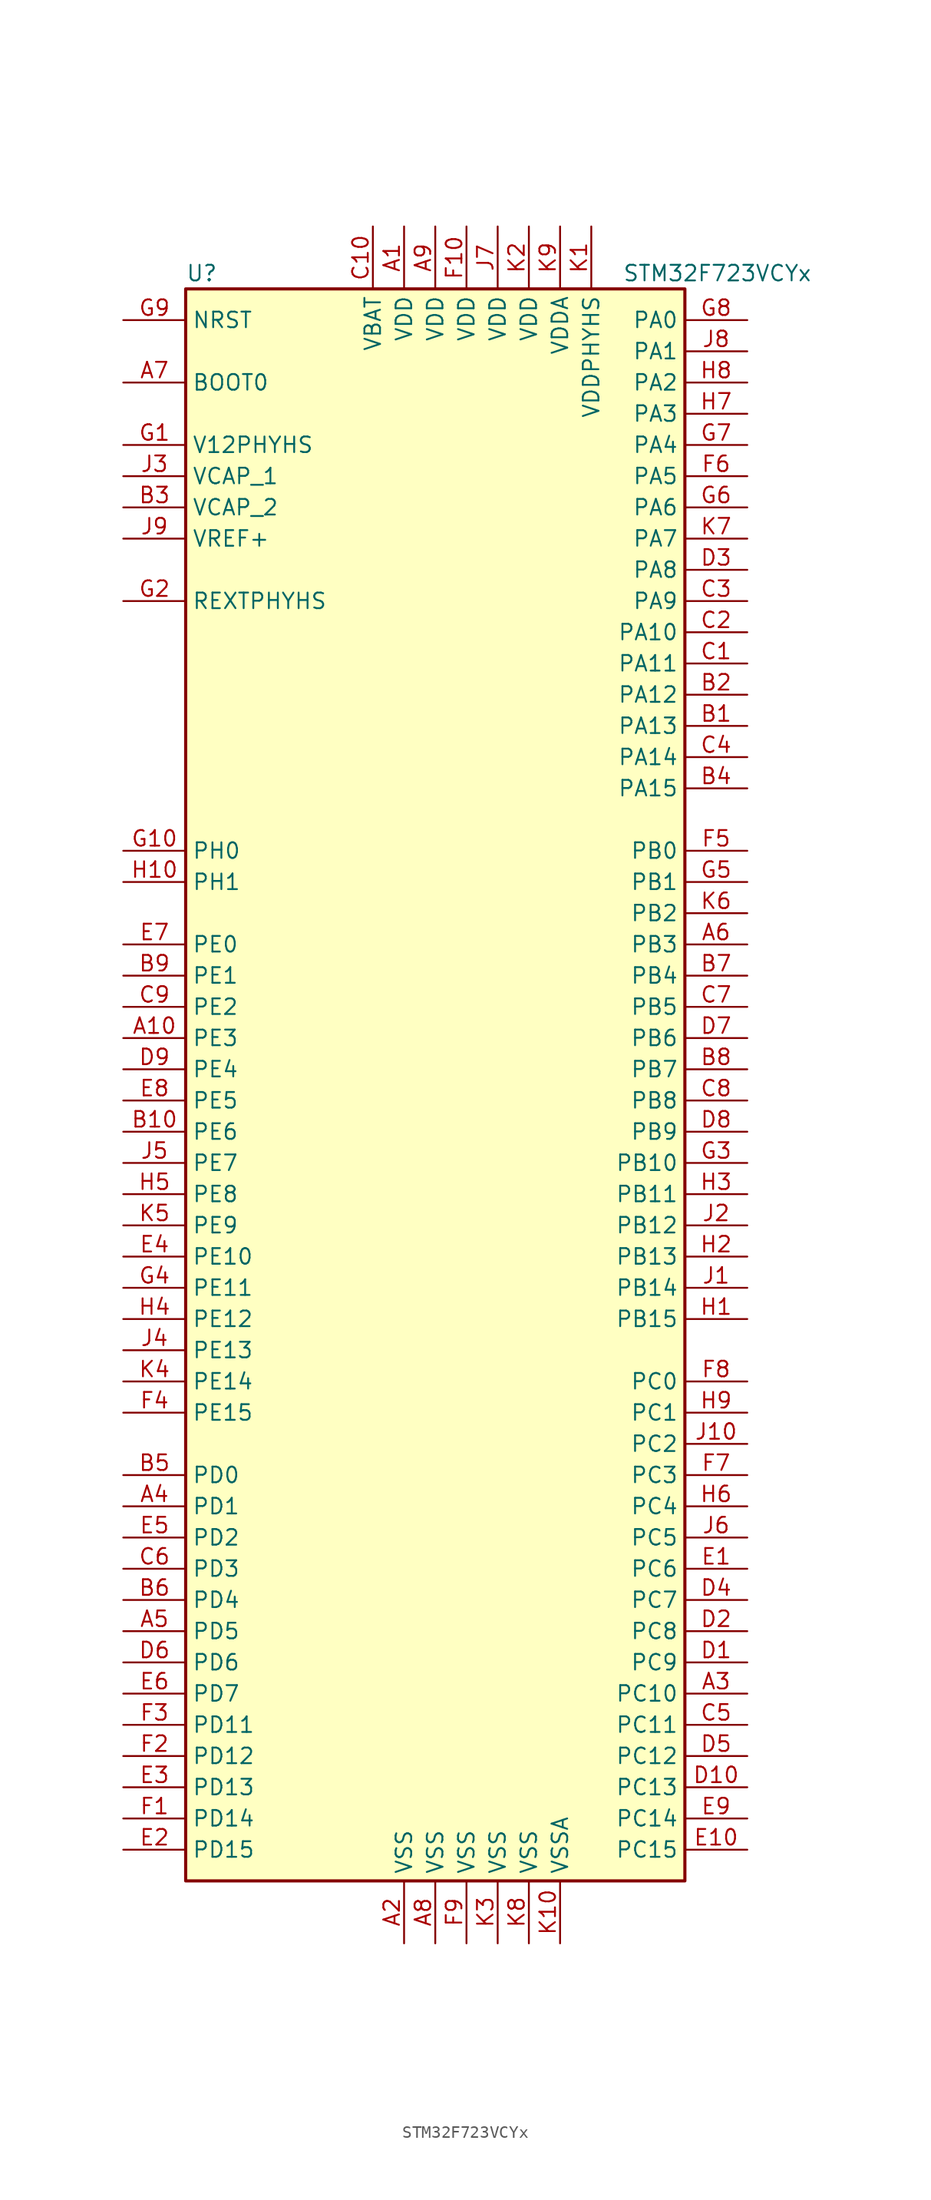
<source format=kicad_sym>
(kicad_symbol_lib
  (version 20201005)
  (generator kicad_symbol_editor)
  (symbol "MCU_ST_STM32F7:STM32F723VCYx"
    (property "Reference" "U"
      (at -20.32 64.77 0)
      (effects (font (size 1.27 1.27)) (justify left)))
    (property "Value" "STM32F723VCYx"
      (at 15.24 64.77 0)
      (effects (font (size 1.27 1.27)) (justify left)))
    (symbol "STM32F723VCYx_0_1"
      (rectangle (start -20.32 -66.04) (end 20.32 63.5) (stroke (width 0.254)) (fill (type background))))
    (symbol "STM32F723VCYx_1_1"
      (pin input line (at -25.4 55.88 0) (length 5.08) (name "BOOT0" (effects (font (size 1.27 1.27)))) (number "A7" (effects (font (size 1.27 1.27)))))
      (pin input line (at -25.4 60.96 0) (length 5.08) (name "NRST" (effects (font (size 1.27 1.27)))) (number "G9" (effects (font (size 1.27 1.27)))))
      (pin bidirectional line (at 25.4 60.96 180) (length 5.08) (name "PA0" (effects (font (size 1.27 1.27)))) (number "G8" (effects (font (size 1.27 1.27)))))
      (pin bidirectional line (at 25.4 58.42 180) (length 5.08) (name "PA1" (effects (font (size 1.27 1.27)))) (number "J8" (effects (font (size 1.27 1.27)))))
      (pin bidirectional line (at 25.4 35.56 180) (length 5.08) (name "PA10" (effects (font (size 1.27 1.27)))) (number "C2" (effects (font (size 1.27 1.27)))))
      (pin bidirectional line (at 25.4 33.02 180) (length 5.08) (name "PA11" (effects (font (size 1.27 1.27)))) (number "C1" (effects (font (size 1.27 1.27)))))
      (pin bidirectional line (at 25.4 30.48 180) (length 5.08) (name "PA12" (effects (font (size 1.27 1.27)))) (number "B2" (effects (font (size 1.27 1.27)))))
      (pin bidirectional line (at 25.4 27.94 180) (length 5.08) (name "PA13" (effects (font (size 1.27 1.27)))) (number "B1" (effects (font (size 1.27 1.27)))))
      (pin bidirectional line (at 25.4 25.4 180) (length 5.08) (name "PA14" (effects (font (size 1.27 1.27)))) (number "C4" (effects (font (size 1.27 1.27)))))
      (pin bidirectional line (at 25.4 22.86 180) (length 5.08) (name "PA15" (effects (font (size 1.27 1.27)))) (number "B4" (effects (font (size 1.27 1.27)))))
      (pin bidirectional line (at 25.4 55.88 180) (length 5.08) (name "PA2" (effects (font (size 1.27 1.27)))) (number "H8" (effects (font (size 1.27 1.27)))))
      (pin bidirectional line (at 25.4 53.34 180) (length 5.08) (name "PA3" (effects (font (size 1.27 1.27)))) (number "H7" (effects (font (size 1.27 1.27)))))
      (pin bidirectional line (at 25.4 50.8 180) (length 5.08) (name "PA4" (effects (font (size 1.27 1.27)))) (number "G7" (effects (font (size 1.27 1.27)))))
      (pin bidirectional line (at 25.4 48.26 180) (length 5.08) (name "PA5" (effects (font (size 1.27 1.27)))) (number "F6" (effects (font (size 1.27 1.27)))))
      (pin bidirectional line (at 25.4 45.72 180) (length 5.08) (name "PA6" (effects (font (size 1.27 1.27)))) (number "G6" (effects (font (size 1.27 1.27)))))
      (pin bidirectional line (at 25.4 43.18 180) (length 5.08) (name "PA7" (effects (font (size 1.27 1.27)))) (number "K7" (effects (font (size 1.27 1.27)))))
      (pin bidirectional line (at 25.4 40.64 180) (length 5.08) (name "PA8" (effects (font (size 1.27 1.27)))) (number "D3" (effects (font (size 1.27 1.27)))))
      (pin bidirectional line (at 25.4 38.1 180) (length 5.08) (name "PA9" (effects (font (size 1.27 1.27)))) (number "C3" (effects (font (size 1.27 1.27)))))
      (pin bidirectional line (at 25.4 17.78 180) (length 5.08) (name "PB0" (effects (font (size 1.27 1.27)))) (number "F5" (effects (font (size 1.27 1.27)))))
      (pin bidirectional line (at 25.4 15.24 180) (length 5.08) (name "PB1" (effects (font (size 1.27 1.27)))) (number "G5" (effects (font (size 1.27 1.27)))))
      (pin bidirectional line (at 25.4 -7.62 180) (length 5.08) (name "PB10" (effects (font (size 1.27 1.27)))) (number "G3" (effects (font (size 1.27 1.27)))))
      (pin bidirectional line (at 25.4 -10.16 180) (length 5.08) (name "PB11" (effects (font (size 1.27 1.27)))) (number "H3" (effects (font (size 1.27 1.27)))))
      (pin bidirectional line (at 25.4 -12.7 180) (length 5.08) (name "PB12" (effects (font (size 1.27 1.27)))) (number "J2" (effects (font (size 1.27 1.27)))))
      (pin bidirectional line (at 25.4 -15.24 180) (length 5.08) (name "PB13" (effects (font (size 1.27 1.27)))) (number "H2" (effects (font (size 1.27 1.27)))))
      (pin bidirectional line (at 25.4 -17.78 180) (length 5.08) (name "PB14" (effects (font (size 1.27 1.27)))) (number "J1" (effects (font (size 1.27 1.27)))))
      (pin bidirectional line (at 25.4 -20.32 180) (length 5.08) (name "PB15" (effects (font (size 1.27 1.27)))) (number "H1" (effects (font (size 1.27 1.27)))))
      (pin bidirectional line (at 25.4 12.7 180) (length 5.08) (name "PB2" (effects (font (size 1.27 1.27)))) (number "K6" (effects (font (size 1.27 1.27)))))
      (pin bidirectional line (at 25.4 10.16 180) (length 5.08) (name "PB3" (effects (font (size 1.27 1.27)))) (number "A6" (effects (font (size 1.27 1.27)))))
      (pin bidirectional line (at 25.4 7.62 180) (length 5.08) (name "PB4" (effects (font (size 1.27 1.27)))) (number "B7" (effects (font (size 1.27 1.27)))))
      (pin bidirectional line (at 25.4 5.08 180) (length 5.08) (name "PB5" (effects (font (size 1.27 1.27)))) (number "C7" (effects (font (size 1.27 1.27)))))
      (pin bidirectional line (at 25.4 2.54 180) (length 5.08) (name "PB6" (effects (font (size 1.27 1.27)))) (number "D7" (effects (font (size 1.27 1.27)))))
      (pin bidirectional line (at 25.4 0 180) (length 5.08) (name "PB7" (effects (font (size 1.27 1.27)))) (number "B8" (effects (font (size 1.27 1.27)))))
      (pin bidirectional line (at 25.4 -2.54 180) (length 5.08) (name "PB8" (effects (font (size 1.27 1.27)))) (number "C8" (effects (font (size 1.27 1.27)))))
      (pin bidirectional line (at 25.4 -5.08 180) (length 5.08) (name "PB9" (effects (font (size 1.27 1.27)))) (number "D8" (effects (font (size 1.27 1.27)))))
      (pin bidirectional line (at 25.4 -25.4 180) (length 5.08) (name "PC0" (effects (font (size 1.27 1.27)))) (number "F8" (effects (font (size 1.27 1.27)))))
      (pin bidirectional line (at 25.4 -27.94 180) (length 5.08) (name "PC1" (effects (font (size 1.27 1.27)))) (number "H9" (effects (font (size 1.27 1.27)))))
      (pin bidirectional line (at 25.4 -50.8 180) (length 5.08) (name "PC10" (effects (font (size 1.27 1.27)))) (number "A3" (effects (font (size 1.27 1.27)))))
      (pin bidirectional line (at 25.4 -53.34 180) (length 5.08) (name "PC11" (effects (font (size 1.27 1.27)))) (number "C5" (effects (font (size 1.27 1.27)))))
      (pin bidirectional line (at 25.4 -55.88 180) (length 5.08) (name "PC12" (effects (font (size 1.27 1.27)))) (number "D5" (effects (font (size 1.27 1.27)))))
      (pin bidirectional line (at 25.4 -58.42 180) (length 5.08) (name "PC13" (effects (font (size 1.27 1.27)))) (number "D10" (effects (font (size 1.27 1.27)))))
      (pin bidirectional line (at 25.4 -60.96 180) (length 5.08) (name "PC14" (effects (font (size 1.27 1.27)))) (number "E9" (effects (font (size 1.27 1.27)))))
      (pin bidirectional line (at 25.4 -63.5 180) (length 5.08) (name "PC15" (effects (font (size 1.27 1.27)))) (number "E10" (effects (font (size 1.27 1.27)))))
      (pin bidirectional line (at 25.4 -30.48 180) (length 5.08) (name "PC2" (effects (font (size 1.27 1.27)))) (number "J10" (effects (font (size 1.27 1.27)))))
      (pin bidirectional line (at 25.4 -33.02 180) (length 5.08) (name "PC3" (effects (font (size 1.27 1.27)))) (number "F7" (effects (font (size 1.27 1.27)))))
      (pin bidirectional line (at 25.4 -35.56 180) (length 5.08) (name "PC4" (effects (font (size 1.27 1.27)))) (number "H6" (effects (font (size 1.27 1.27)))))
      (pin bidirectional line (at 25.4 -38.1 180) (length 5.08) (name "PC5" (effects (font (size 1.27 1.27)))) (number "J6" (effects (font (size 1.27 1.27)))))
      (pin bidirectional line (at 25.4 -40.64 180) (length 5.08) (name "PC6" (effects (font (size 1.27 1.27)))) (number "E1" (effects (font (size 1.27 1.27)))))
      (pin bidirectional line (at 25.4 -43.18 180) (length 5.08) (name "PC7" (effects (font (size 1.27 1.27)))) (number "D4" (effects (font (size 1.27 1.27)))))
      (pin bidirectional line (at 25.4 -45.72 180) (length 5.08) (name "PC8" (effects (font (size 1.27 1.27)))) (number "D2" (effects (font (size 1.27 1.27)))))
      (pin bidirectional line (at 25.4 -48.26 180) (length 5.08) (name "PC9" (effects (font (size 1.27 1.27)))) (number "D1" (effects (font (size 1.27 1.27)))))
      (pin bidirectional line (at -25.4 -33.02 0) (length 5.08) (name "PD0" (effects (font (size 1.27 1.27)))) (number "B5" (effects (font (size 1.27 1.27)))))
      (pin bidirectional line (at -25.4 -35.56 0) (length 5.08) (name "PD1" (effects (font (size 1.27 1.27)))) (number "A4" (effects (font (size 1.27 1.27)))))
      (pin bidirectional line (at -25.4 -53.34 0) (length 5.08) (name "PD11" (effects (font (size 1.27 1.27)))) (number "F3" (effects (font (size 1.27 1.27)))))
      (pin bidirectional line (at -25.4 -55.88 0) (length 5.08) (name "PD12" (effects (font (size 1.27 1.27)))) (number "F2" (effects (font (size 1.27 1.27)))))
      (pin bidirectional line (at -25.4 -58.42 0) (length 5.08) (name "PD13" (effects (font (size 1.27 1.27)))) (number "E3" (effects (font (size 1.27 1.27)))))
      (pin bidirectional line (at -25.4 -60.96 0) (length 5.08) (name "PD14" (effects (font (size 1.27 1.27)))) (number "F1" (effects (font (size 1.27 1.27)))))
      (pin bidirectional line (at -25.4 -63.5 0) (length 5.08) (name "PD15" (effects (font (size 1.27 1.27)))) (number "E2" (effects (font (size 1.27 1.27)))))
      (pin bidirectional line (at -25.4 -38.1 0) (length 5.08) (name "PD2" (effects (font (size 1.27 1.27)))) (number "E5" (effects (font (size 1.27 1.27)))))
      (pin bidirectional line (at -25.4 -40.64 0) (length 5.08) (name "PD3" (effects (font (size 1.27 1.27)))) (number "C6" (effects (font (size 1.27 1.27)))))
      (pin bidirectional line (at -25.4 -43.18 0) (length 5.08) (name "PD4" (effects (font (size 1.27 1.27)))) (number "B6" (effects (font (size 1.27 1.27)))))
      (pin bidirectional line (at -25.4 -45.72 0) (length 5.08) (name "PD5" (effects (font (size 1.27 1.27)))) (number "A5" (effects (font (size 1.27 1.27)))))
      (pin bidirectional line (at -25.4 -48.26 0) (length 5.08) (name "PD6" (effects (font (size 1.27 1.27)))) (number "D6" (effects (font (size 1.27 1.27)))))
      (pin bidirectional line (at -25.4 -50.8 0) (length 5.08) (name "PD7" (effects (font (size 1.27 1.27)))) (number "E6" (effects (font (size 1.27 1.27)))))
      (pin bidirectional line (at -25.4 10.16 0) (length 5.08) (name "PE0" (effects (font (size 1.27 1.27)))) (number "E7" (effects (font (size 1.27 1.27)))))
      (pin bidirectional line (at -25.4 7.62 0) (length 5.08) (name "PE1" (effects (font (size 1.27 1.27)))) (number "B9" (effects (font (size 1.27 1.27)))))
      (pin bidirectional line (at -25.4 -15.24 0) (length 5.08) (name "PE10" (effects (font (size 1.27 1.27)))) (number "E4" (effects (font (size 1.27 1.27)))))
      (pin bidirectional line (at -25.4 -17.78 0) (length 5.08) (name "PE11" (effects (font (size 1.27 1.27)))) (number "G4" (effects (font (size 1.27 1.27)))))
      (pin bidirectional line (at -25.4 -20.32 0) (length 5.08) (name "PE12" (effects (font (size 1.27 1.27)))) (number "H4" (effects (font (size 1.27 1.27)))))
      (pin bidirectional line (at -25.4 -22.86 0) (length 5.08) (name "PE13" (effects (font (size 1.27 1.27)))) (number "J4" (effects (font (size 1.27 1.27)))))
      (pin bidirectional line (at -25.4 -25.4 0) (length 5.08) (name "PE14" (effects (font (size 1.27 1.27)))) (number "K4" (effects (font (size 1.27 1.27)))))
      (pin bidirectional line (at -25.4 -27.94 0) (length 5.08) (name "PE15" (effects (font (size 1.27 1.27)))) (number "F4" (effects (font (size 1.27 1.27)))))
      (pin bidirectional line (at -25.4 5.08 0) (length 5.08) (name "PE2" (effects (font (size 1.27 1.27)))) (number "C9" (effects (font (size 1.27 1.27)))))
      (pin bidirectional line (at -25.4 2.54 0) (length 5.08) (name "PE3" (effects (font (size 1.27 1.27)))) (number "A10" (effects (font (size 1.27 1.27)))))
      (pin bidirectional line (at -25.4 0 0) (length 5.08) (name "PE4" (effects (font (size 1.27 1.27)))) (number "D9" (effects (font (size 1.27 1.27)))))
      (pin bidirectional line (at -25.4 -2.54 0) (length 5.08) (name "PE5" (effects (font (size 1.27 1.27)))) (number "E8" (effects (font (size 1.27 1.27)))))
      (pin bidirectional line (at -25.4 -5.08 0) (length 5.08) (name "PE6" (effects (font (size 1.27 1.27)))) (number "B10" (effects (font (size 1.27 1.27)))))
      (pin bidirectional line (at -25.4 -7.62 0) (length 5.08) (name "PE7" (effects (font (size 1.27 1.27)))) (number "J5" (effects (font (size 1.27 1.27)))))
      (pin bidirectional line (at -25.4 -10.16 0) (length 5.08) (name "PE8" (effects (font (size 1.27 1.27)))) (number "H5" (effects (font (size 1.27 1.27)))))
      (pin bidirectional line (at -25.4 -12.7 0) (length 5.08) (name "PE9" (effects (font (size 1.27 1.27)))) (number "K5" (effects (font (size 1.27 1.27)))))
      (pin input line (at -25.4 17.78 0) (length 5.08) (name "PH0" (effects (font (size 1.27 1.27)))) (number "G10" (effects (font (size 1.27 1.27)))))
      (pin input line (at -25.4 15.24 0) (length 5.08) (name "PH1" (effects (font (size 1.27 1.27)))) (number "H10" (effects (font (size 1.27 1.27)))))
      (pin bidirectional line (at -25.4 38.1 0) (length 5.08) (name "REXTPHYHS" (effects (font (size 1.27 1.27)))) (number "G2" (effects (font (size 1.27 1.27)))))
      (pin power_in line (at -25.4 50.8 0) (length 5.08) (name "V12PHYHS" (effects (font (size 1.27 1.27)))) (number "G1" (effects (font (size 1.27 1.27)))))
      (pin power_in line (at -5.08 68.58 270) (length 5.08) (name "VBAT" (effects (font (size 1.27 1.27)))) (number "C10" (effects (font (size 1.27 1.27)))))
      (pin power_in line (at -25.4 48.26 0) (length 5.08) (name "VCAP_1" (effects (font (size 1.27 1.27)))) (number "J3" (effects (font (size 1.27 1.27)))))
      (pin power_in line (at -25.4 45.72 0) (length 5.08) (name "VCAP_2" (effects (font (size 1.27 1.27)))) (number "B3" (effects (font (size 1.27 1.27)))))
      (pin power_in line (at -2.54 68.58 270) (length 5.08) (name "VDD" (effects (font (size 1.27 1.27)))) (number "A1" (effects (font (size 1.27 1.27)))))
      (pin power_in line (at 0 68.58 270) (length 5.08) (name "VDD" (effects (font (size 1.27 1.27)))) (number "A9" (effects (font (size 1.27 1.27)))))
      (pin power_in line (at 2.54 68.58 270) (length 5.08) (name "VDD" (effects (font (size 1.27 1.27)))) (number "F10" (effects (font (size 1.27 1.27)))))
      (pin power_in line (at 5.08 68.58 270) (length 5.08) (name "VDD" (effects (font (size 1.27 1.27)))) (number "J7" (effects (font (size 1.27 1.27)))))
      (pin power_in line (at 7.62 68.58 270) (length 5.08) (name "VDD" (effects (font (size 1.27 1.27)))) (number "K2" (effects (font (size 1.27 1.27)))))
      (pin power_in line (at 10.16 68.58 270) (length 5.08) (name "VDDA" (effects (font (size 1.27 1.27)))) (number "K9" (effects (font (size 1.27 1.27)))))
      (pin power_in line (at 12.7 68.58 270) (length 5.08) (name "VDDPHYHS" (effects (font (size 1.27 1.27)))) (number "K1" (effects (font (size 1.27 1.27)))))
      (pin power_in line (at -25.4 43.18 0) (length 5.08) (name "VREF+" (effects (font (size 1.27 1.27)))) (number "J9" (effects (font (size 1.27 1.27)))))
      (pin power_in line (at -2.54 -71.12 90) (length 5.08) (name "VSS" (effects (font (size 1.27 1.27)))) (number "A2" (effects (font (size 1.27 1.27)))))
      (pin power_in line (at 0 -71.12 90) (length 5.08) (name "VSS" (effects (font (size 1.27 1.27)))) (number "A8" (effects (font (size 1.27 1.27)))))
      (pin power_in line (at 2.54 -71.12 90) (length 5.08) (name "VSS" (effects (font (size 1.27 1.27)))) (number "F9" (effects (font (size 1.27 1.27)))))
      (pin power_in line (at 5.08 -71.12 90) (length 5.08) (name "VSS" (effects (font (size 1.27 1.27)))) (number "K3" (effects (font (size 1.27 1.27)))))
      (pin power_in line (at 7.62 -71.12 90) (length 5.08) (name "VSS" (effects (font (size 1.27 1.27)))) (number "K8" (effects (font (size 1.27 1.27)))))
      (pin power_in line (at 10.16 -71.12 90) (length 5.08) (name "VSSA" (effects (font (size 1.27 1.27)))) (number "K10" (effects (font (size 1.27 1.27))))))))
</source>
